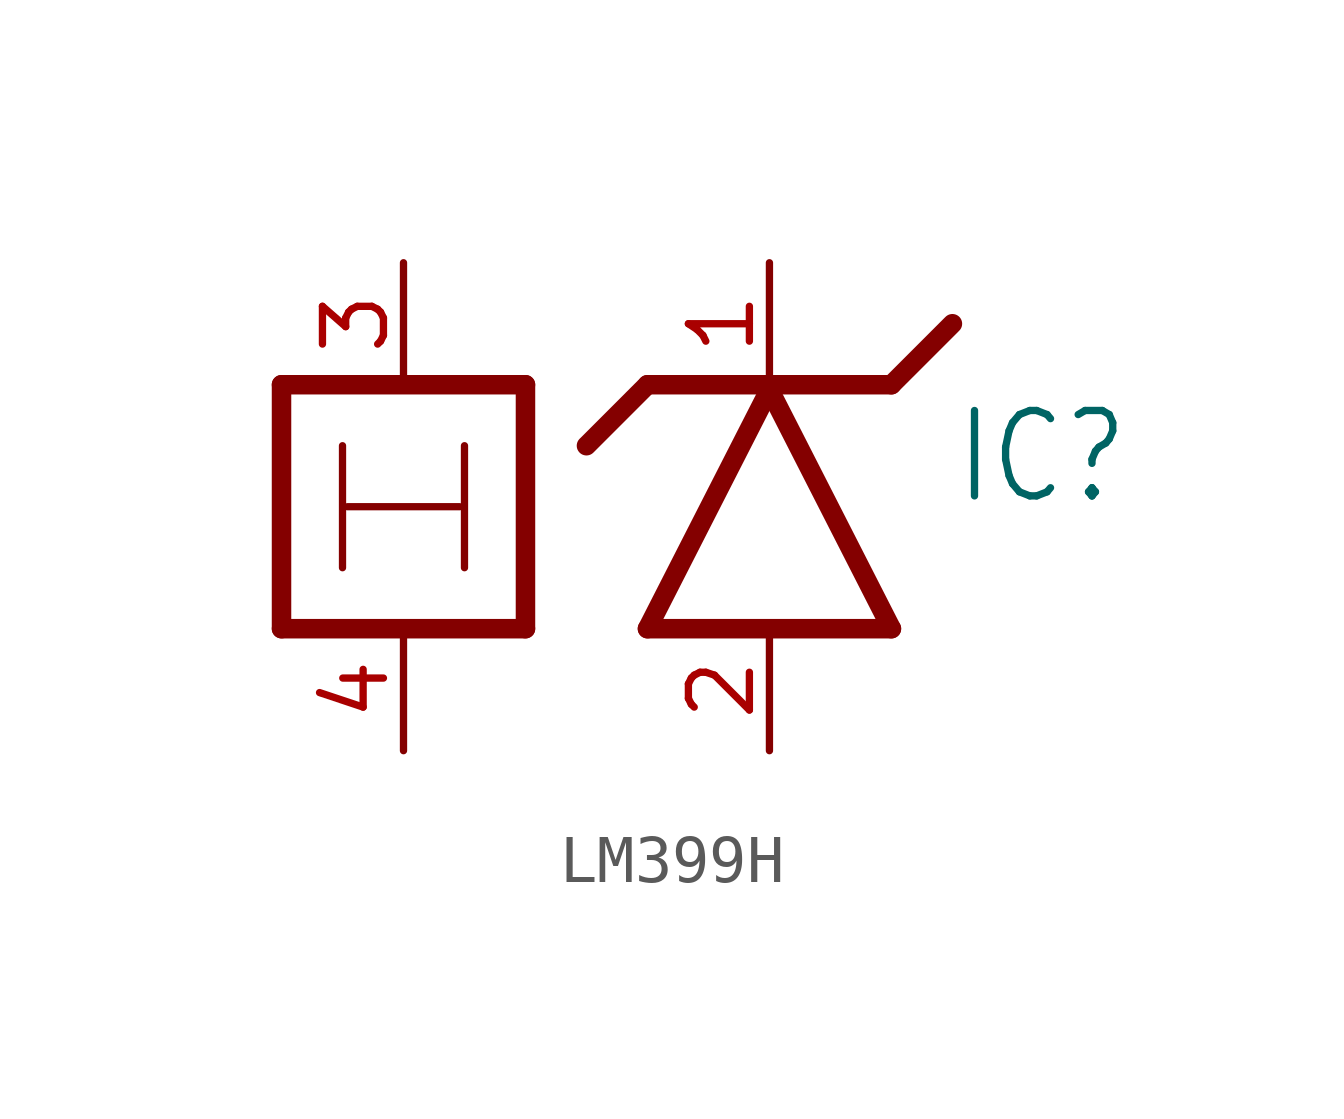
<source format=kicad_sym>
(kicad_symbol_lib
  (version 20231120)
  (generator "kicad_symbol_editor")
  (generator_version "8.0")
  (symbol "LM399H"
    (property "Reference" "IC"
      (at 6.35 0 0)
      (effects (font (size 1.778 1.511)) (justify left bottom)))
    (property "Value" ""
      (at 6.35 -2.54 0)
      (effects (font (size 1.778 1.511)) (justify left bottom)))
    (property "ki_locked" ""
      (at 0 0 0)
      (effects (font (size 1.27 1.27))))
    (symbol "LM399H_1_0"
      (polyline (pts (xy -7.62 -2.54) (xy -7.62 2.54)) (stroke (width 0.406) (type solid)) (fill (type none)))
      (polyline (pts (xy -7.62 2.54) (xy -2.54 2.54)) (stroke (width 0.406) (type solid)) (fill (type none)))
      (polyline (pts (xy -6.35 1.27) (xy -6.35 -1.27)) (stroke (width 0.152) (type solid)) (fill (type none)))
      (polyline (pts (xy -6.248 0) (xy -3.912 0)) (stroke (width 0.152) (type solid)) (fill (type none)))
      (polyline (pts (xy -3.81 1.27) (xy -3.81 -1.27)) (stroke (width 0.152) (type solid)) (fill (type none)))
      (polyline (pts (xy -2.54 -2.54) (xy -7.62 -2.54)) (stroke (width 0.406) (type solid)) (fill (type none)))
      (polyline (pts (xy -2.54 2.54) (xy -2.54 -2.54)) (stroke (width 0.406) (type solid)) (fill (type none)))
      (polyline (pts (xy 0 -2.54) (xy 5.08 -2.54)) (stroke (width 0.406) (type solid)) (fill (type none)))
      (polyline (pts (xy 0 2.54) (xy -1.27 1.27)) (stroke (width 0.406) (type solid)) (fill (type none)))
      (polyline (pts (xy 2.54 2.438) (xy 0 -2.54)) (stroke (width 0.406) (type solid)) (fill (type none)))
      (polyline (pts (xy 5.08 -2.54) (xy 2.54 2.438)) (stroke (width 0.406) (type solid)) (fill (type none)))
      (polyline (pts (xy 5.08 2.54) (xy 0 2.54)) (stroke (width 0.406) (type solid)) (fill (type none)))
      (polyline (pts (xy 5.08 2.54) (xy 6.35 3.81)) (stroke (width 0.406) (type solid)) (fill (type none)))
      (pin input line (at 2.54 5.08 270) (length 2.54) (name "1" (effects (font (size 0 0)))) (number "1" (effects (font (size 1.27 1.27)))))
      (pin input line (at 2.54 -5.08 90) (length 2.54) (name "2" (effects (font (size 0 0)))) (number "2" (effects (font (size 1.27 1.27)))))
      (pin input line (at -5.08 5.08 270) (length 2.54) (name "3" (effects (font (size 0 0)))) (number "3" (effects (font (size 1.27 1.27)))))
      (pin input line (at -5.08 -5.08 90) (length 2.54) (name "4" (effects (font (size 0 0)))) (number "4" (effects (font (size 1.27 1.27))))))))
</source>
